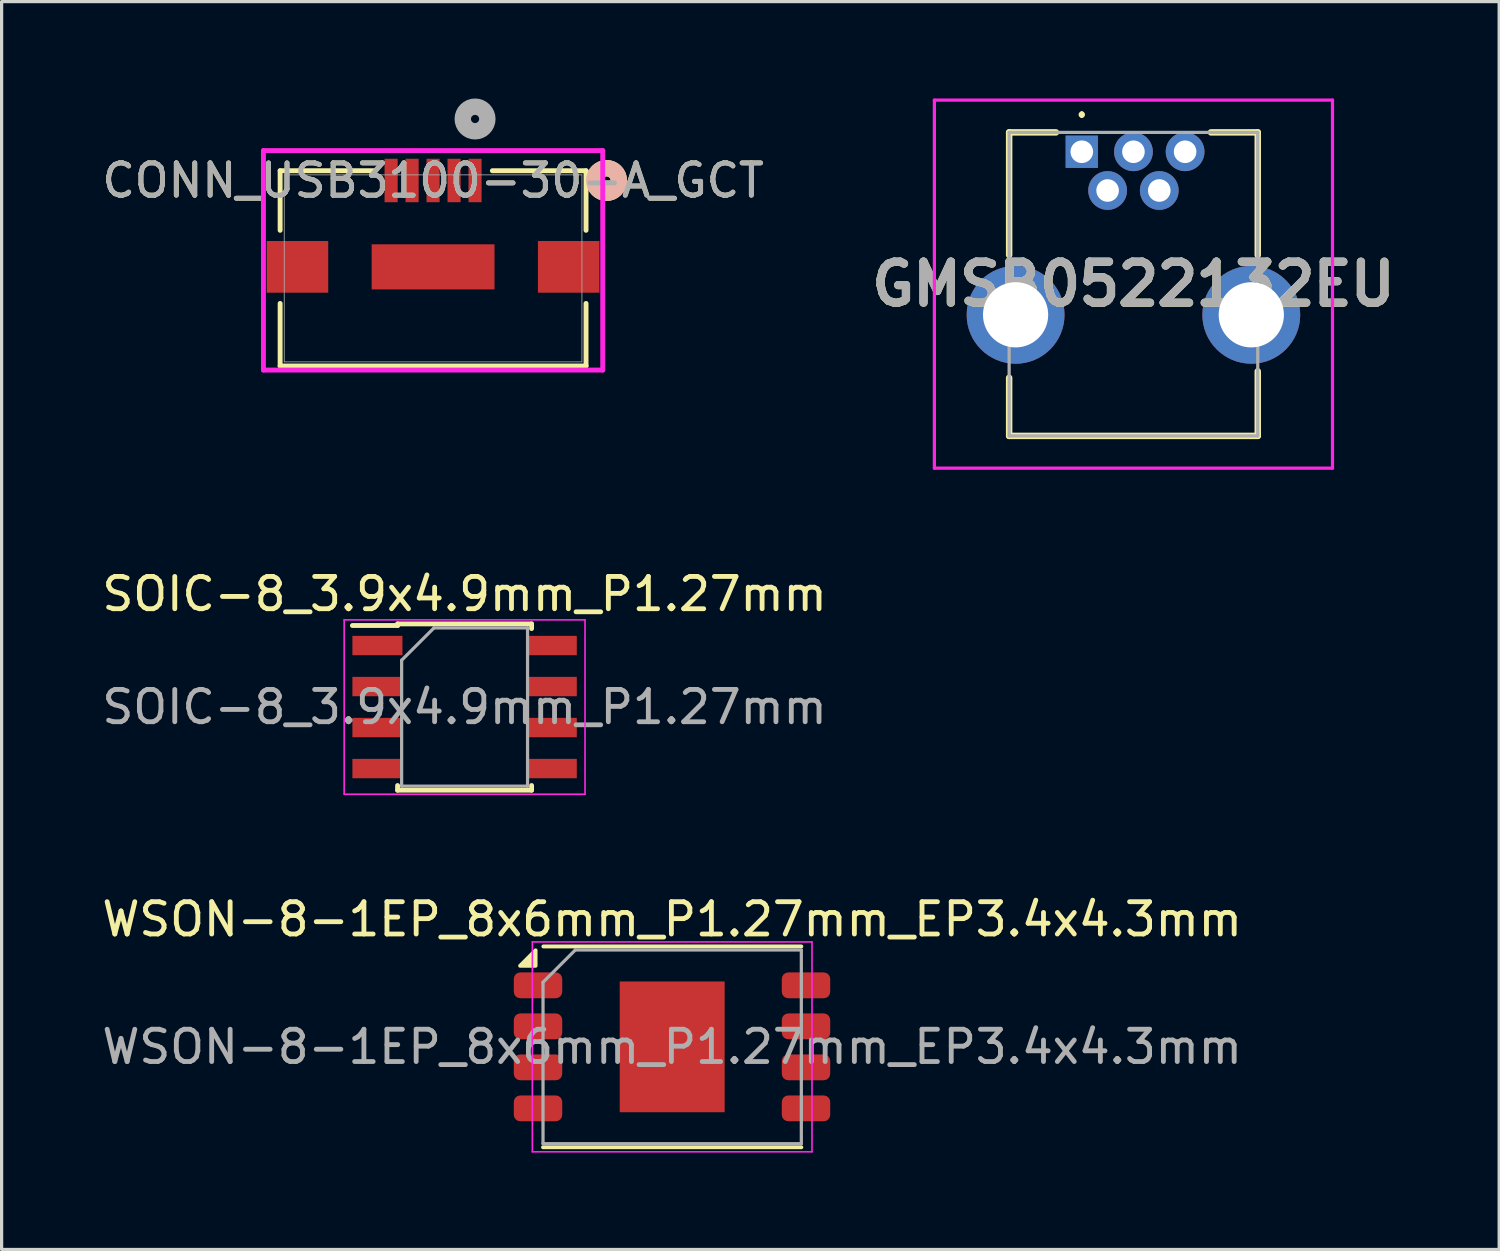
<source format=kicad_pcb>
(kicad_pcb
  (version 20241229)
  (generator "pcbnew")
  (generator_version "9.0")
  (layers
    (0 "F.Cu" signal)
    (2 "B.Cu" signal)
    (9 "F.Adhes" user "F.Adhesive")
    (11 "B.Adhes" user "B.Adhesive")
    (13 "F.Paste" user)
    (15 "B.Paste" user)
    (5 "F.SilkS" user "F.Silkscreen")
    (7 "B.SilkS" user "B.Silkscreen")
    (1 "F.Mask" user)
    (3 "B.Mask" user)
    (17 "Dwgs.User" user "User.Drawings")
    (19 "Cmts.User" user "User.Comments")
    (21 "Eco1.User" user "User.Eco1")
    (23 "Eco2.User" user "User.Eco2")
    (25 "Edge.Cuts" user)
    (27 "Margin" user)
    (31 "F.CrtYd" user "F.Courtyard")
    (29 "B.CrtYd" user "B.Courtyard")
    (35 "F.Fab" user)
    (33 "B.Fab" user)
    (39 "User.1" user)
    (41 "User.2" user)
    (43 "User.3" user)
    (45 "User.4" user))
  (footprint "SOIC-8_3.9x4.9mm_P1.27mm"
    (layer "F.Cu")
    (at 11.339 18.848)
    (property "Reference" "SOIC-8_3.9x4.9mm_P1.27mm" (at 0 -3.5 0) (layer "F.SilkS") (effects (font (size 1 1) (thickness 0.15))))
    (attr smd)
    (fp_line (start -2.075 -2.575) (end -2.075 -2.525) (stroke (width 0.15) (type solid)) (layer "F.SilkS"))
    (fp_line (start -2.075 -2.575) (end 2.075 -2.575) (stroke (width 0.15) (type solid)) (layer "F.SilkS"))
    (fp_line (start -2.075 -2.525) (end -3.475 -2.525) (stroke (width 0.15) (type solid)) (layer "F.SilkS"))
    (fp_line (start -2.075 2.575) (end -2.075 2.43) (stroke (width 0.15) (type solid)) (layer "F.SilkS"))
    (fp_line (start -2.075 2.575) (end 2.075 2.575) (stroke (width 0.15) (type solid)) (layer "F.SilkS"))
    (fp_line (start 2.075 -2.575) (end 2.075 -2.43) (stroke (width 0.15) (type solid)) (layer "F.SilkS"))
    (fp_line (start 2.075 2.575) (end 2.075 2.43) (stroke (width 0.15) (type solid)) (layer "F.SilkS"))
    (fp_line (start -3.73 -2.7) (end -3.73 2.7) (stroke (width 0.05) (type solid)) (layer "F.CrtYd"))
    (fp_line (start -3.73 -2.7) (end 3.73 -2.7) (stroke (width 0.05) (type solid)) (layer "F.CrtYd"))
    (fp_line (start -3.73 2.7) (end 3.73 2.7) (stroke (width 0.05) (type solid)) (layer "F.CrtYd"))
    (fp_line (start 3.73 -2.7) (end 3.73 2.7) (stroke (width 0.05) (type solid)) (layer "F.CrtYd"))
    (fp_line (start -1.95 -1.45) (end -0.95 -2.45) (stroke (width 0.1) (type solid)) (layer "F.Fab"))
    (fp_line (start -1.95 2.45) (end -1.95 -1.45) (stroke (width 0.1) (type solid)) (layer "F.Fab"))
    (fp_line (start -0.95 -2.45) (end 1.95 -2.45) (stroke (width 0.1) (type solid)) (layer "F.Fab"))
    (fp_line (start 1.95 -2.45) (end 1.95 2.45) (stroke (width 0.1) (type solid)) (layer "F.Fab"))
    (fp_line (start 1.95 2.45) (end -1.95 2.45) (stroke (width 0.1) (type solid)) (layer "F.Fab"))
    (fp_text user "${REFERENCE}" (at 0 0 0) (layer "F.Fab") (effects (font (size 1 1) (thickness 0.15))))
    (pad "1" smd rect (at -2.7 -1.905) (size 1.55 0.6) (layers "F.Cu" "F.Mask" "F.Paste"))
    (pad "2" smd rect (at -2.7 -0.635) (size 1.55 0.6) (layers "F.Cu" "F.Mask" "F.Paste"))
    (pad "3" smd rect (at -2.7 0.635) (size 1.55 0.6) (layers "F.Cu" "F.Mask" "F.Paste"))
    (pad "4" smd rect (at -2.7 1.905) (size 1.55 0.6) (layers "F.Cu" "F.Mask" "F.Paste"))
    (pad "5" smd rect (at 2.7 1.905) (size 1.55 0.6) (layers "F.Cu" "F.Mask" "F.Paste"))
    (pad "6" smd rect (at 2.7 0.635) (size 1.55 0.6) (layers "F.Cu" "F.Mask" "F.Paste"))
    (pad "7" smd rect (at 2.7 -0.635) (size 1.55 0.6) (layers "F.Cu" "F.Mask" "F.Paste"))
    (pad "8" smd rect (at 2.7 -1.905) (size 1.55 0.6) (layers "F.Cu" "F.Mask" "F.Paste")))
  (footprint "GMSB0522132EU"
    (layer "F.Cu")
    (at 30.454 1.65)
    (property "Reference" "GMSB0522132EU" (at 1.6 4.1 0) (layer "F.SilkS") (effects (font (size 1.27 1.27) (thickness 0.254))))
    (attr through_hole)
    (fp_line (start -2.25 -0.6) (end -0.8 -0.6) (stroke (width 0.2) (type solid)) (layer "F.SilkS"))
    (fp_line (start -2.25 3.2) (end -2.25 -0.6) (stroke (width 0.2) (type solid)) (layer "F.SilkS"))
    (fp_line (start -2.25 8.8) (end -2.25 7) (stroke (width 0.2) (type solid)) (layer "F.SilkS"))
    (fp_line (start 0 -1.2) (end 0 -1.2) (stroke (width 0.1) (type solid)) (layer "F.SilkS"))
    (fp_line (start 0 -1.1) (end 0 -1.1) (stroke (width 0.1) (type solid)) (layer "F.SilkS"))
    (fp_line (start 5.45 -0.6) (end 4 -0.6) (stroke (width 0.2) (type solid)) (layer "F.SilkS"))
    (fp_line (start 5.45 3.2) (end 5.45 -0.6) (stroke (width 0.2) (type solid)) (layer "F.SilkS"))
    (fp_line (start 5.45 6.8) (end 5.45 8.8) (stroke (width 0.2) (type solid)) (layer "F.SilkS"))
    (fp_line (start 5.45 8.8) (end -2.25 8.8) (stroke (width 0.2) (type solid)) (layer "F.SilkS"))
    (fp_arc (start 0 -1.2) (mid 0.05 -1.15) (end 0 -1.1) (stroke (width 0.1) (type solid)) (layer "F.SilkS"))
    (fp_arc (start 0 -1.1) (mid -0.05 -1.15) (end 0 -1.2) (stroke (width 0.1) (type solid)) (layer "F.SilkS"))
    (fp_line (start -4.565 -1.6) (end 7.765 -1.6) (stroke (width 0.1) (type solid)) (layer "F.CrtYd"))
    (fp_line (start -4.565 9.8) (end -4.565 -1.6) (stroke (width 0.1) (type solid)) (layer "F.CrtYd"))
    (fp_line (start 7.765 -1.6) (end 7.765 9.8) (stroke (width 0.1) (type solid)) (layer "F.CrtYd"))
    (fp_line (start 7.765 9.8) (end -4.565 9.8) (stroke (width 0.1) (type solid)) (layer "F.CrtYd"))
    (fp_line (start -2.25 -0.6) (end 5.45 -0.6) (stroke (width 0.1) (type solid)) (layer "F.Fab"))
    (fp_line (start -2.25 8.8) (end -2.25 -0.6) (stroke (width 0.1) (type solid)) (layer "F.Fab"))
    (fp_line (start 5.45 -0.6) (end 5.45 8.8) (stroke (width 0.1) (type solid)) (layer "F.Fab"))
    (fp_line (start 5.45 8.8) (end -2.25 8.8) (stroke (width 0.1) (type solid)) (layer "F.Fab"))
    (fp_text user "${REFERENCE}" (at 1.6 4.1 0) (layer "F.Fab") (effects (font (size 1.27 1.27) (thickness 0.254))))
    (pad "1" thru_hole rect (at 0 0) (size 1 1) (drill 0.7) (layers "*.Cu" "*.Mask"))
    (pad "2" thru_hole circle (at 0.8 1.2) (size 1.2 1.2) (drill 0.7) (layers "*.Cu" "*.Mask"))
    (pad "3" thru_hole circle (at 1.6 0) (size 1.2 1.2) (drill 0.7) (layers "*.Cu" "*.Mask"))
    (pad "4" thru_hole circle (at 2.4 1.2) (size 1.2 1.2) (drill 0.7) (layers "*.Cu" "*.Mask"))
    (pad "5" thru_hole circle (at 3.2 0) (size 1.2 1.2) (drill 0.7) (layers "*.Cu" "*.Mask"))
    (pad "SH" thru_hole circle (at -2.05 5.05) (size 3.03 3.03) (drill 2.02) (layers "*.Cu" "*.Mask"))
    (pad "SH" thru_hole circle (at 5.25 5.05) (size 3.03 3.03) (drill 2.02) (layers "*.Cu" "*.Mask")))
  (footprint "WSON-8-1EP_8x6mm_P1.27mm_EP3.4x4.3mm"
    (layer "F.Cu")
    (at 17.768 29.372)
    (property "Reference" "WSON-8-1EP_8x6mm_P1.27mm_EP3.4x4.3mm" (at 0 -3.95 0) (layer "F.SilkS") (effects (font (size 1 1) (thickness 0.15))))
    (attr smd)
    (fp_line (start -4 3.11) (end 4 3.11) (stroke (width 0.12) (type solid)) (layer "F.SilkS"))
    (fp_line (start -3.99 -3.11) (end 4 -3.11) (stroke (width 0.12) (type solid)) (layer "F.SilkS"))
    (fp_poly (pts (xy -4.23 -2.51) (xy -4.71 -2.51) (xy -4.23 -2.99) (xy -4.23 -2.51)) (stroke (width 0.12) (type solid)) (fill yes) (layer "F.SilkS"))
    (fp_line (start -4.33 -3.25) (end -4.33 3.25) (stroke (width 0.05) (type solid)) (layer "F.CrtYd"))
    (fp_line (start -4.33 3.25) (end 4.33 3.25) (stroke (width 0.05) (type solid)) (layer "F.CrtYd"))
    (fp_line (start 4.33 -3.25) (end -4.33 -3.25) (stroke (width 0.05) (type solid)) (layer "F.CrtYd"))
    (fp_line (start 4.33 3.25) (end 4.33 -3.25) (stroke (width 0.05) (type solid)) (layer "F.CrtYd"))
    (fp_line (start -4 -2) (end -3 -3) (stroke (width 0.1) (type solid)) (layer "F.Fab"))
    (fp_line (start -4 3) (end -4 -2) (stroke (width 0.1) (type solid)) (layer "F.Fab"))
    (fp_line (start -3 -3) (end 4 -3) (stroke (width 0.1) (type solid)) (layer "F.Fab"))
    (fp_line (start 4 -3) (end 4 3) (stroke (width 0.1) (type solid)) (layer "F.Fab"))
    (fp_line (start 4 3) (end -4 3) (stroke (width 0.1) (type solid)) (layer "F.Fab"))
    (fp_text user "${REFERENCE}" (at 0 0 0) (layer "F.Fab") (effects (font (size 1 1) (thickness 0.15))))
    (pad "" smd roundrect (at -0.85 -1.075) (size 1.37 1.73) (layers "F.Paste") (roundrect_rratio 0.182))
    (pad "" smd roundrect (at -0.85 1.075) (size 1.37 1.73) (layers "F.Paste") (roundrect_rratio 0.182))
    (pad "" smd roundrect (at 0.85 -1.075) (size 1.37 1.73) (layers "F.Paste") (roundrect_rratio 0.182))
    (pad "" smd roundrect (at 0.85 1.075) (size 1.37 1.73) (layers "F.Paste") (roundrect_rratio 0.182))
    (pad "1" smd roundrect (at -4.155 -1.905) (size 1.5 0.8) (layers "F.Cu" "F.Mask" "F.Paste") (roundrect_rratio 0.25))
    (pad "2" smd roundrect (at -4.155 -0.635) (size 1.5 0.8) (layers "F.Cu" "F.Mask" "F.Paste") (roundrect_rratio 0.25))
    (pad "3" smd roundrect (at -4.155 0.635) (size 1.5 0.8) (layers "F.Cu" "F.Mask" "F.Paste") (roundrect_rratio 0.25))
    (pad "4" smd roundrect (at -4.155 1.905) (size 1.5 0.8) (layers "F.Cu" "F.Mask" "F.Paste") (roundrect_rratio 0.25))
    (pad "5" smd roundrect (at 4.145 1.905) (size 1.5 0.8) (layers "F.Cu" "F.Mask" "F.Paste") (roundrect_rratio 0.25))
    (pad "6" smd roundrect (at 4.145 0.635) (size 1.5 0.8) (layers "F.Cu" "F.Mask" "F.Paste") (roundrect_rratio 0.25))
    (pad "7" smd roundrect (at 4.145 -0.635) (size 1.5 0.8) (layers "F.Cu" "F.Mask" "F.Paste") (roundrect_rratio 0.25))
    (pad "8" smd roundrect (at 4.145 -1.905) (size 1.5 0.8) (layers "F.Cu" "F.Mask" "F.Paste") (roundrect_rratio 0.25))
    (pad "9" smd rect (at 0 0) (size 3.25 4.05) (property pad_prop_heatsink) (layers "F.Cu" "F.Mask")))
  (footprint "CONN_USB3100-30-A_GCT"
    (layer "F.Cu")
    (at 10.363 5.261)
    (property "Reference" "CONN_USB3100-30-A_GCT" (at 0 -2.721 0) (unlocked yes) (layer "F.SilkS") (effects (font (size 1 1) (thickness 0.15))))
    (attr smd)
    (fp_line (start -4.737 -3.023) (end -4.737 -1.178) (stroke (width 0.152) (type solid)) (layer "F.SilkS"))
    (fp_line (start -4.737 1.087) (end -4.737 3.023) (stroke (width 0.152) (type solid)) (layer "F.SilkS"))
    (fp_line (start -4.737 3.023) (end 4.737 3.023) (stroke (width 0.152) (type solid)) (layer "F.SilkS"))
    (fp_line (start -1.836 -3.023) (end -4.737 -3.023) (stroke (width 0.152) (type solid)) (layer "F.SilkS"))
    (fp_line (start 4.737 -3.023) (end 1.836 -3.023) (stroke (width 0.152) (type solid)) (layer "F.SilkS"))
    (fp_line (start 4.737 -1.178) (end 4.737 -3.023) (stroke (width 0.152) (type solid)) (layer "F.SilkS"))
    (fp_line (start 4.737 3.023) (end 4.737 1.087) (stroke (width 0.152) (type solid)) (layer "F.SilkS"))
    (fp_circle (center 5.372 -2.721) (end 5.753 -2.721) (stroke (width 0.508) (type solid)) (fill no) (layer "F.SilkS"))
    (fp_circle (center 5.372 -2.721) (end 5.753 -2.721) (stroke (width 0.508) (type solid)) (fill no) (layer "B.SilkS"))
    (fp_line (start -5.254 -3.648) (end -5.254 3.15) (stroke (width 0.152) (type solid)) (layer "F.CrtYd"))
    (fp_line (start -5.254 3.15) (end 5.254 3.15) (stroke (width 0.152) (type solid)) (layer "F.CrtYd"))
    (fp_line (start 5.254 -3.648) (end -5.254 -3.648) (stroke (width 0.152) (type solid)) (layer "F.CrtYd"))
    (fp_line (start 5.254 3.15) (end 5.254 -3.648) (stroke (width 0.152) (type solid)) (layer "F.CrtYd"))
    (fp_line (start -4.61 -2.896) (end -4.61 2.896) (stroke (width 0.025) (type solid)) (layer "F.Fab"))
    (fp_line (start -4.61 2.896) (end 4.61 2.896) (stroke (width 0.025) (type solid)) (layer "F.Fab"))
    (fp_line (start 4.61 -2.896) (end -4.61 -2.896) (stroke (width 0.025) (type solid)) (layer "F.Fab"))
    (fp_line (start 4.61 2.896) (end 4.61 -2.896) (stroke (width 0.025) (type solid)) (layer "F.Fab"))
    (fp_circle (center 1.3 -4.626) (end 1.681 -4.626) (stroke (width 0.508) (type solid)) (fill no) (layer "F.Fab"))
    (fp_text user "${REFERENCE}" (at 0 -2.721 0) (unlocked yes) (layer "F.Fab") (effects (font (size 1 1) (thickness 0.15))))
    (pad "1" smd rect (at 1.3 -2.721) (size 0.406 1.346) (layers "F.Cu" "F.Mask" "F.Paste"))
    (pad "2" smd rect (at 0.65 -2.721) (size 0.406 1.346) (layers "F.Cu" "F.Mask" "F.Paste"))
    (pad "3" smd rect (at 0 -2.721) (size 0.406 1.346) (layers "F.Cu" "F.Mask" "F.Paste"))
    (pad "4" smd rect (at -0.65 -2.721) (size 0.406 1.346) (layers "F.Cu" "F.Mask" "F.Paste"))
    (pad "5" smd rect (at -1.3 -2.721) (size 0.406 1.346) (layers "F.Cu" "F.Mask" "F.Paste"))
    (pad "6" smd rect (at -4.2 -0.046 90) (size 1.6 1.905) (layers "F.Cu" "F.Mask" "F.Paste"))
    (pad "7" smd rect (at 4.2 -0.046 90) (size 1.6 1.905) (layers "F.Cu" "F.Mask" "F.Paste"))
    (pad "8" smd rect (at -0.95 -0.046 90) (size 1.397 1.905) (layers "F.Cu" "F.Mask" "F.Paste"))
    (pad "9" smd rect (at 0.95 -0.046 90) (size 1.397 1.905) (layers "F.Cu" "F.Mask" "F.Paste")))
  (gr_rect
    (start -3 -3)
    (end 43.381 35.647)
    (stroke (width 0.1) (type default))
    (fill no)
    (layer "Edge.Cuts")))
</source>
